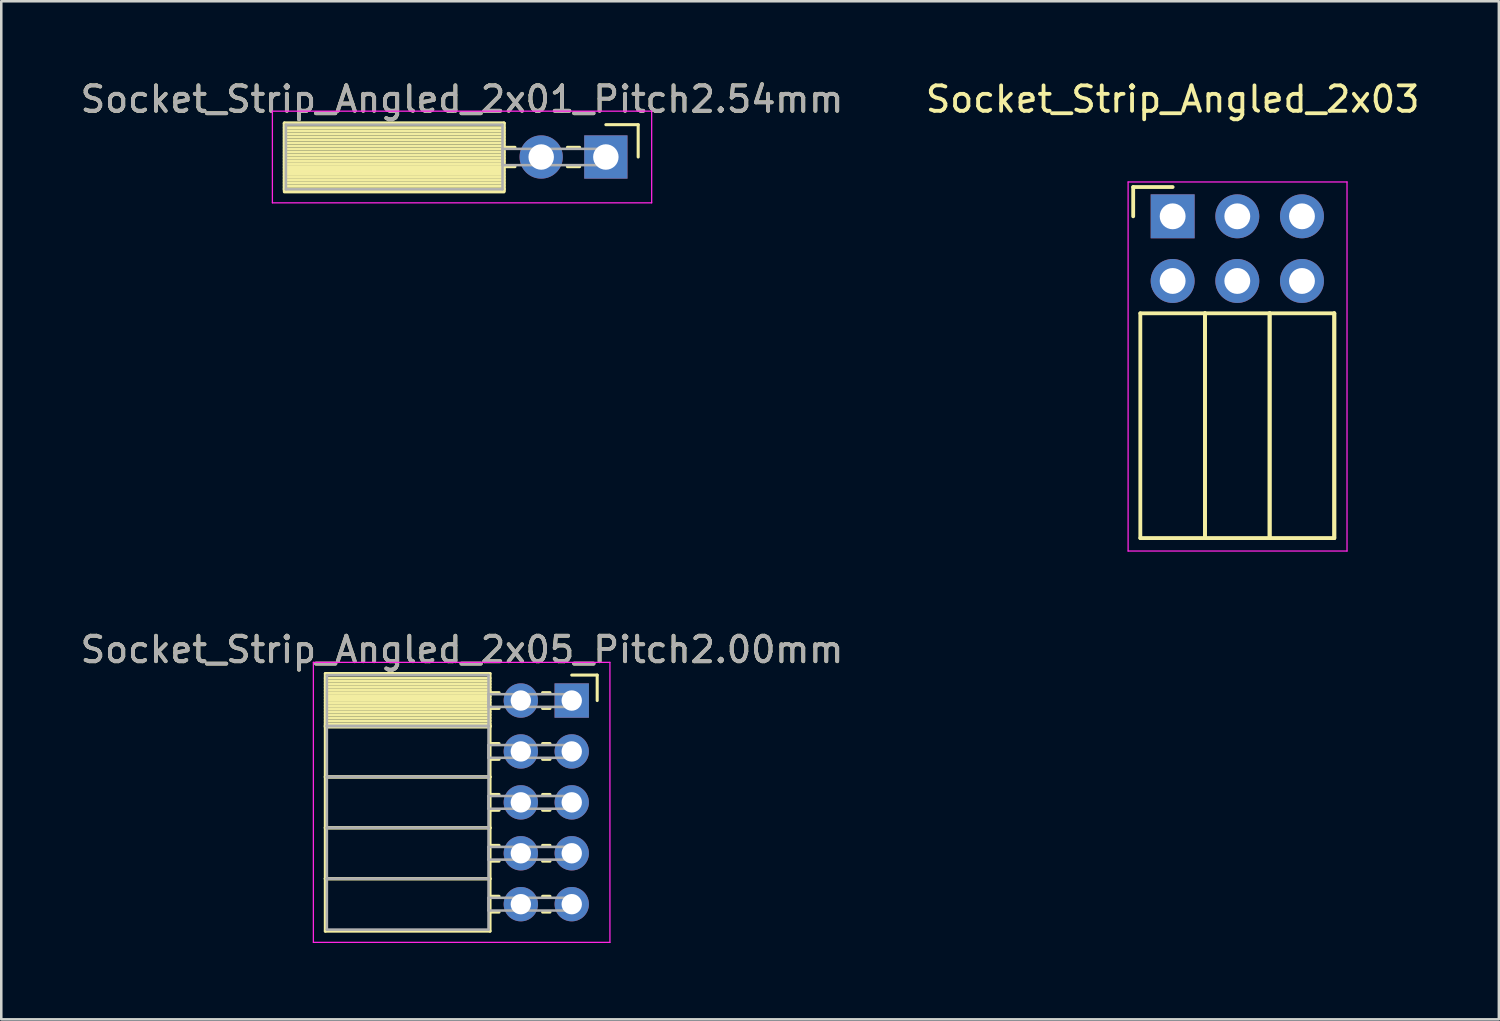
<source format=kicad_pcb>
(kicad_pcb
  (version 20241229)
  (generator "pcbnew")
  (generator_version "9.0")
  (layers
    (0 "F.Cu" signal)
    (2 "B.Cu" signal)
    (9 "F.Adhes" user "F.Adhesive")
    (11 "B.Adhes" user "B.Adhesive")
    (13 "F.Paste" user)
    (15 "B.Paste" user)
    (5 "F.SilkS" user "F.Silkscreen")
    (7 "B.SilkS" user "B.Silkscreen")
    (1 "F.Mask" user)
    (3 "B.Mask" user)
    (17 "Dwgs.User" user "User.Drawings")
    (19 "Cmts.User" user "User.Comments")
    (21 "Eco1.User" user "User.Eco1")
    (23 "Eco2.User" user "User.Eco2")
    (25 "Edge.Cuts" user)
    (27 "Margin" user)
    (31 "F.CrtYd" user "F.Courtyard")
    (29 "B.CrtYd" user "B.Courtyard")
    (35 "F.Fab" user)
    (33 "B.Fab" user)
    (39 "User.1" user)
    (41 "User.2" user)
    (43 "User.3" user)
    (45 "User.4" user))
  (footprint "Socket_Strip_Angled_2x01_Pitch2.54mm"
    (layer "F.Cu")
    (at 20.751 3.118)
    (property "Reference" "Socket_Strip_Angled_2x01_Pitch2.54mm" (at -5.65 -2.27 0) (layer "F.SilkS") (effects (font (size 1 1) (thickness 0.15))))
    (attr through_hole)
    (fp_line (start -12.63 -1.33) (end -4 -1.33) (stroke (width 0.12) (type solid)) (layer "F.SilkS"))
    (fp_line (start -12.63 -1.33) (end -4 -1.33) (stroke (width 0.12) (type solid)) (layer "F.SilkS"))
    (fp_line (start -12.63 1.27) (end -12.63 -1.33) (stroke (width 0.12) (type solid)) (layer "F.SilkS"))
    (fp_line (start -12.63 1.33) (end -12.63 -1.33) (stroke (width 0.12) (type solid)) (layer "F.SilkS"))
    (fp_line (start -4 -1.33) (end -4 1.27) (stroke (width 0.12) (type solid)) (layer "F.SilkS"))
    (fp_line (start -4 -1.33) (end -4 1.33) (stroke (width 0.12) (type solid)) (layer "F.SilkS"))
    (fp_line (start -4 -1.15) (end -12.63 -1.15) (stroke (width 0.12) (type solid)) (layer "F.SilkS"))
    (fp_line (start -4 -1.03) (end -12.63 -1.03) (stroke (width 0.12) (type solid)) (layer "F.SilkS"))
    (fp_line (start -4 -0.91) (end -12.63 -0.91) (stroke (width 0.12) (type solid)) (layer "F.SilkS"))
    (fp_line (start -4 -0.79) (end -12.63 -0.79) (stroke (width 0.12) (type solid)) (layer "F.SilkS"))
    (fp_line (start -4 -0.67) (end -12.63 -0.67) (stroke (width 0.12) (type solid)) (layer "F.SilkS"))
    (fp_line (start -4 -0.55) (end -12.63 -0.55) (stroke (width 0.12) (type solid)) (layer "F.SilkS"))
    (fp_line (start -4 -0.43) (end -12.63 -0.43) (stroke (width 0.12) (type solid)) (layer "F.SilkS"))
    (fp_line (start -4 -0.31) (end -12.63 -0.31) (stroke (width 0.12) (type solid)) (layer "F.SilkS"))
    (fp_line (start -4 -0.19) (end -12.63 -0.19) (stroke (width 0.12) (type solid)) (layer "F.SilkS"))
    (fp_line (start -4 -0.07) (end -12.63 -0.07) (stroke (width 0.12) (type solid)) (layer "F.SilkS"))
    (fp_line (start -4 0.05) (end -12.63 0.05) (stroke (width 0.12) (type solid)) (layer "F.SilkS"))
    (fp_line (start -4 0.17) (end -12.63 0.17) (stroke (width 0.12) (type solid)) (layer "F.SilkS"))
    (fp_line (start -4 0.29) (end -12.63 0.29) (stroke (width 0.12) (type solid)) (layer "F.SilkS"))
    (fp_line (start -4 0.41) (end -12.63 0.41) (stroke (width 0.12) (type solid)) (layer "F.SilkS"))
    (fp_line (start -4 0.53) (end -12.63 0.53) (stroke (width 0.12) (type solid)) (layer "F.SilkS"))
    (fp_line (start -4 0.65) (end -12.63 0.65) (stroke (width 0.12) (type solid)) (layer "F.SilkS"))
    (fp_line (start -4 0.77) (end -12.63 0.77) (stroke (width 0.12) (type solid)) (layer "F.SilkS"))
    (fp_line (start -4 0.89) (end -12.63 0.89) (stroke (width 0.12) (type solid)) (layer "F.SilkS"))
    (fp_line (start -4 1.01) (end -12.63 1.01) (stroke (width 0.12) (type solid)) (layer "F.SilkS"))
    (fp_line (start -4 1.13) (end -12.63 1.13) (stroke (width 0.12) (type solid)) (layer "F.SilkS"))
    (fp_line (start -4 1.25) (end -12.63 1.25) (stroke (width 0.12) (type solid)) (layer "F.SilkS"))
    (fp_line (start -4 1.27) (end -12.63 1.27) (stroke (width 0.12) (type solid)) (layer "F.SilkS"))
    (fp_line (start -4 1.33) (end -12.63 1.33) (stroke (width 0.12) (type solid)) (layer "F.SilkS"))
    (fp_line (start -4 1.37) (end -12.63 1.37) (stroke (width 0.12) (type solid)) (layer "F.SilkS"))
    (fp_line (start -3.57 -0.38) (end -4 -0.38) (stroke (width 0.12) (type solid)) (layer "F.SilkS"))
    (fp_line (start -3.57 0.38) (end -4 0.38) (stroke (width 0.12) (type solid)) (layer "F.SilkS"))
    (fp_line (start -1.03 -0.38) (end -1.51 -0.38) (stroke (width 0.12) (type solid)) (layer "F.SilkS"))
    (fp_line (start -1.03 0.38) (end -1.51 0.38) (stroke (width 0.12) (type solid)) (layer "F.SilkS"))
    (fp_line (start 0 -1.27) (end 1.27 -1.27) (stroke (width 0.12) (type solid)) (layer "F.SilkS"))
    (fp_line (start 1.27 -1.27) (end 1.27 0) (stroke (width 0.12) (type solid)) (layer "F.SilkS"))
    (fp_line (start -13.1 -1.8) (end 1.8 -1.8) (stroke (width 0.05) (type solid)) (layer "F.CrtYd"))
    (fp_line (start -13.1 1.8) (end -13.1 -1.8) (stroke (width 0.05) (type solid)) (layer "F.CrtYd"))
    (fp_line (start 1.8 -1.8) (end 1.8 1.8) (stroke (width 0.05) (type solid)) (layer "F.CrtYd"))
    (fp_line (start 1.8 1.8) (end -13.1 1.8) (stroke (width 0.05) (type solid)) (layer "F.CrtYd"))
    (fp_line (start -12.57 -1.27) (end -4.06 -1.27) (stroke (width 0.1) (type solid)) (layer "F.Fab"))
    (fp_line (start -12.57 1.27) (end -12.57 -1.27) (stroke (width 0.1) (type solid)) (layer "F.Fab"))
    (fp_line (start -4.06 -1.27) (end -4.06 1.27) (stroke (width 0.1) (type solid)) (layer "F.Fab"))
    (fp_line (start -4.06 -0.32) (end 0 -0.32) (stroke (width 0.1) (type solid)) (layer "F.Fab"))
    (fp_line (start -4.06 0.32) (end -4.06 -0.32) (stroke (width 0.1) (type solid)) (layer "F.Fab"))
    (fp_line (start -4.06 1.27) (end -12.57 1.27) (stroke (width 0.1) (type solid)) (layer "F.Fab"))
    (fp_line (start 0 -0.32) (end 0 0.32) (stroke (width 0.1) (type solid)) (layer "F.Fab"))
    (fp_line (start 0 0.32) (end -4.06 0.32) (stroke (width 0.1) (type solid)) (layer "F.Fab"))
    (fp_text user "${REFERENCE}" (at -5.65 -2.27 0) (layer "F.Fab") (effects (font (size 1 1) (thickness 0.15))))
    (pad "1" thru_hole rect (at 0 0) (size 1.7 1.7) (drill 1) (layers "*.Cu" "*.Mask"))
    (pad "2" thru_hole oval (at -2.54 0) (size 1.7 1.7) (drill 1) (layers "*.Cu" "*.Mask")))
  (footprint "Socket_Strip_Angled_2x03"
    (layer "F.Cu")
    (at 43.018 5.448)
    (property "Reference" "Socket_Strip_Angled_2x03" (at 0 -4.6 0) (layer "F.SilkS") (effects (font (size 1 1) (thickness 0.15))))
    (attr through_hole)
    (fp_line (start -1.55 -1.15) (end -1.55 0) (stroke (width 0.15) (type solid)) (layer "F.SilkS"))
    (fp_line (start -1.27 3.81) (end -1.27 12.64) (stroke (width 0.15) (type solid)) (layer "F.SilkS"))
    (fp_line (start -1.27 3.81) (end 1.27 3.81) (stroke (width 0.15) (type solid)) (layer "F.SilkS"))
    (fp_line (start -1.27 12.64) (end 1.27 12.64) (stroke (width 0.15) (type solid)) (layer "F.SilkS"))
    (fp_line (start 0 -1.15) (end -1.55 -1.15) (stroke (width 0.15) (type solid)) (layer "F.SilkS"))
    (fp_line (start 1.27 3.81) (end 1.27 12.64) (stroke (width 0.15) (type solid)) (layer "F.SilkS"))
    (fp_line (start 1.27 3.81) (end 3.81 3.81) (stroke (width 0.15) (type solid)) (layer "F.SilkS"))
    (fp_line (start 1.27 12.64) (end 1.27 3.81) (stroke (width 0.15) (type solid)) (layer "F.SilkS"))
    (fp_line (start 1.27 12.64) (end 3.81 12.64) (stroke (width 0.15) (type solid)) (layer "F.SilkS"))
    (fp_line (start 3.81 3.81) (end 3.81 12.64) (stroke (width 0.15) (type solid)) (layer "F.SilkS"))
    (fp_line (start 3.81 3.81) (end 6.35 3.81) (stroke (width 0.15) (type solid)) (layer "F.SilkS"))
    (fp_line (start 3.81 12.64) (end 3.81 3.81) (stroke (width 0.15) (type solid)) (layer "F.SilkS"))
    (fp_line (start 3.81 12.64) (end 6.35 12.64) (stroke (width 0.15) (type solid)) (layer "F.SilkS"))
    (fp_line (start 6.35 3.81) (end 6.35 12.64) (stroke (width 0.15) (type solid)) (layer "F.SilkS"))
    (fp_line (start 6.35 12.64) (end 6.35 3.81) (stroke (width 0.15) (type solid)) (layer "F.SilkS"))
    (fp_line (start -1.75 -1.35) (end -1.75 13.15) (stroke (width 0.05) (type solid)) (layer "F.CrtYd"))
    (fp_line (start -1.75 -1.35) (end 6.85 -1.35) (stroke (width 0.05) (type solid)) (layer "F.CrtYd"))
    (fp_line (start -1.75 13.15) (end 6.85 13.15) (stroke (width 0.05) (type solid)) (layer "F.CrtYd"))
    (fp_line (start 6.85 -1.35) (end 6.85 13.15) (stroke (width 0.05) (type solid)) (layer "F.CrtYd"))
    (pad "1" thru_hole rect (at 0 0) (size 1.727 1.727) (drill 1.016) (layers "*.Cu" "*.Mask"))
    (pad "2" thru_hole oval (at 0 2.54) (size 1.727 1.727) (drill 1.016) (layers "*.Cu" "*.Mask"))
    (pad "3" thru_hole oval (at 2.54 0) (size 1.727 1.727) (drill 1.016) (layers "*.Cu" "*.Mask"))
    (pad "4" thru_hole oval (at 2.54 2.54) (size 1.727 1.727) (drill 1.016) (layers "*.Cu" "*.Mask"))
    (pad "5" thru_hole oval (at 5.08 0) (size 1.727 1.727) (drill 1.016) (layers "*.Cu" "*.Mask"))
    (pad "6" thru_hole oval (at 5.08 2.54) (size 1.727 1.727) (drill 1.016) (layers "*.Cu" "*.Mask")))
  (footprint "Socket_Strip_Angled_2x05_Pitch2.00mm"
    (layer "F.Cu")
    (at 19.411 24.471)
    (property "Reference" "Socket_Strip_Angled_2x05_Pitch2.00mm" (at -4.31 -2 0) (layer "F.SilkS") (effects (font (size 1 1) (thickness 0.15))))
    (attr through_hole)
    (fp_line (start -9.68 -1.06) (end -3.21 -1.06) (stroke (width 0.12) (type solid)) (layer "F.SilkS"))
    (fp_line (start -9.68 1) (end -9.68 -1.06) (stroke (width 0.12) (type solid)) (layer "F.SilkS"))
    (fp_line (start -9.68 1) (end -3.21 1) (stroke (width 0.12) (type solid)) (layer "F.SilkS"))
    (fp_line (start -9.68 3) (end -9.68 1) (stroke (width 0.12) (type solid)) (layer "F.SilkS"))
    (fp_line (start -9.68 3) (end -3.21 3) (stroke (width 0.12) (type solid)) (layer "F.SilkS"))
    (fp_line (start -9.68 5) (end -9.68 3) (stroke (width 0.12) (type solid)) (layer "F.SilkS"))
    (fp_line (start -9.68 5) (end -3.21 5) (stroke (width 0.12) (type solid)) (layer "F.SilkS"))
    (fp_line (start -9.68 7) (end -9.68 5) (stroke (width 0.12) (type solid)) (layer "F.SilkS"))
    (fp_line (start -9.68 7) (end -3.21 7) (stroke (width 0.12) (type solid)) (layer "F.SilkS"))
    (fp_line (start -9.68 9.06) (end -9.68 7) (stroke (width 0.12) (type solid)) (layer "F.SilkS"))
    (fp_line (start -3.21 -1.06) (end -3.21 1) (stroke (width 0.12) (type solid)) (layer "F.SilkS"))
    (fp_line (start -3.21 -0.88) (end -9.68 -0.88) (stroke (width 0.12) (type solid)) (layer "F.SilkS"))
    (fp_line (start -3.21 -0.76) (end -9.68 -0.76) (stroke (width 0.12) (type solid)) (layer "F.SilkS"))
    (fp_line (start -3.21 -0.64) (end -9.68 -0.64) (stroke (width 0.12) (type solid)) (layer "F.SilkS"))
    (fp_line (start -3.21 -0.52) (end -9.68 -0.52) (stroke (width 0.12) (type solid)) (layer "F.SilkS"))
    (fp_line (start -3.21 -0.4) (end -9.68 -0.4) (stroke (width 0.12) (type solid)) (layer "F.SilkS"))
    (fp_line (start -3.21 -0.28) (end -9.68 -0.28) (stroke (width 0.12) (type solid)) (layer "F.SilkS"))
    (fp_line (start -3.21 -0.16) (end -9.68 -0.16) (stroke (width 0.12) (type solid)) (layer "F.SilkS"))
    (fp_line (start -3.21 -0.04) (end -9.68 -0.04) (stroke (width 0.12) (type solid)) (layer "F.SilkS"))
    (fp_line (start -3.21 0.08) (end -9.68 0.08) (stroke (width 0.12) (type solid)) (layer "F.SilkS"))
    (fp_line (start -3.21 0.2) (end -9.68 0.2) (stroke (width 0.12) (type solid)) (layer "F.SilkS"))
    (fp_line (start -3.21 0.32) (end -9.68 0.32) (stroke (width 0.12) (type solid)) (layer "F.SilkS"))
    (fp_line (start -3.21 0.44) (end -9.68 0.44) (stroke (width 0.12) (type solid)) (layer "F.SilkS"))
    (fp_line (start -3.21 0.56) (end -9.68 0.56) (stroke (width 0.12) (type solid)) (layer "F.SilkS"))
    (fp_line (start -3.21 0.68) (end -9.68 0.68) (stroke (width 0.12) (type solid)) (layer "F.SilkS"))
    (fp_line (start -3.21 0.8) (end -9.68 0.8) (stroke (width 0.12) (type solid)) (layer "F.SilkS"))
    (fp_line (start -3.21 0.92) (end -9.68 0.92) (stroke (width 0.12) (type solid)) (layer "F.SilkS"))
    (fp_line (start -3.21 1) (end -9.68 1) (stroke (width 0.12) (type solid)) (layer "F.SilkS"))
    (fp_line (start -3.21 1) (end -3.21 3) (stroke (width 0.12) (type solid)) (layer "F.SilkS"))
    (fp_line (start -3.21 1.04) (end -9.68 1.04) (stroke (width 0.12) (type solid)) (layer "F.SilkS"))
    (fp_line (start -3.21 3) (end -9.68 3) (stroke (width 0.12) (type solid)) (layer "F.SilkS"))
    (fp_line (start -3.21 3) (end -3.21 5) (stroke (width 0.12) (type solid)) (layer "F.SilkS"))
    (fp_line (start -3.21 5) (end -9.68 5) (stroke (width 0.12) (type solid)) (layer "F.SilkS"))
    (fp_line (start -3.21 5) (end -3.21 7) (stroke (width 0.12) (type solid)) (layer "F.SilkS"))
    (fp_line (start -3.21 7) (end -9.68 7) (stroke (width 0.12) (type solid)) (layer "F.SilkS"))
    (fp_line (start -3.21 7) (end -3.21 9.06) (stroke (width 0.12) (type solid)) (layer "F.SilkS"))
    (fp_line (start -3.21 9.06) (end -9.68 9.06) (stroke (width 0.12) (type solid)) (layer "F.SilkS"))
    (fp_line (start -2.855 -0.31) (end -3.21 -0.31) (stroke (width 0.12) (type solid)) (layer "F.SilkS"))
    (fp_line (start -2.855 0.31) (end -3.21 0.31) (stroke (width 0.12) (type solid)) (layer "F.SilkS"))
    (fp_line (start -2.855 1.69) (end -3.21 1.69) (stroke (width 0.12) (type solid)) (layer "F.SilkS"))
    (fp_line (start -2.855 2.31) (end -3.21 2.31) (stroke (width 0.12) (type solid)) (layer "F.SilkS"))
    (fp_line (start -2.855 3.69) (end -3.21 3.69) (stroke (width 0.12) (type solid)) (layer "F.SilkS"))
    (fp_line (start -2.855 4.31) (end -3.21 4.31) (stroke (width 0.12) (type solid)) (layer "F.SilkS"))
    (fp_line (start -2.855 5.69) (end -3.21 5.69) (stroke (width 0.12) (type solid)) (layer "F.SilkS"))
    (fp_line (start -2.855 6.31) (end -3.21 6.31) (stroke (width 0.12) (type solid)) (layer "F.SilkS"))
    (fp_line (start -2.855 7.69) (end -3.21 7.69) (stroke (width 0.12) (type solid)) (layer "F.SilkS"))
    (fp_line (start -2.855 8.31) (end -3.21 8.31) (stroke (width 0.12) (type solid)) (layer "F.SilkS"))
    (fp_line (start -0.855 -0.31) (end -1.145 -0.31) (stroke (width 0.12) (type solid)) (layer "F.SilkS"))
    (fp_line (start -0.855 0.31) (end -1.145 0.31) (stroke (width 0.12) (type solid)) (layer "F.SilkS"))
    (fp_line (start -0.855 1.69) (end -1.145 1.69) (stroke (width 0.12) (type solid)) (layer "F.SilkS"))
    (fp_line (start -0.855 2.31) (end -1.145 2.31) (stroke (width 0.12) (type solid)) (layer "F.SilkS"))
    (fp_line (start -0.855 3.69) (end -1.145 3.69) (stroke (width 0.12) (type solid)) (layer "F.SilkS"))
    (fp_line (start -0.855 4.31) (end -1.145 4.31) (stroke (width 0.12) (type solid)) (layer "F.SilkS"))
    (fp_line (start -0.855 5.69) (end -1.145 5.69) (stroke (width 0.12) (type solid)) (layer "F.SilkS"))
    (fp_line (start -0.855 6.31) (end -1.145 6.31) (stroke (width 0.12) (type solid)) (layer "F.SilkS"))
    (fp_line (start -0.855 7.69) (end -1.145 7.69) (stroke (width 0.12) (type solid)) (layer "F.SilkS"))
    (fp_line (start -0.855 8.31) (end -1.145 8.31) (stroke (width 0.12) (type solid)) (layer "F.SilkS"))
    (fp_line (start 0 -1) (end 1 -1) (stroke (width 0.12) (type solid)) (layer "F.SilkS"))
    (fp_line (start 1 -1) (end 1 0) (stroke (width 0.12) (type solid)) (layer "F.SilkS"))
    (fp_line (start -10.15 -1.5) (end 1.5 -1.5) (stroke (width 0.05) (type solid)) (layer "F.CrtYd"))
    (fp_line (start -10.15 9.5) (end -10.15 -1.5) (stroke (width 0.05) (type solid)) (layer "F.CrtYd"))
    (fp_line (start 1.5 -1.5) (end 1.5 9.5) (stroke (width 0.05) (type solid)) (layer "F.CrtYd"))
    (fp_line (start 1.5 9.5) (end -10.15 9.5) (stroke (width 0.05) (type solid)) (layer "F.CrtYd"))
    (fp_line (start -9.62 -1) (end -3.27 -1) (stroke (width 0.1) (type solid)) (layer "F.Fab"))
    (fp_line (start -9.62 1) (end -9.62 -1) (stroke (width 0.1) (type solid)) (layer "F.Fab"))
    (fp_line (start -9.62 1) (end -3.27 1) (stroke (width 0.1) (type solid)) (layer "F.Fab"))
    (fp_line (start -9.62 3) (end -9.62 1) (stroke (width 0.1) (type solid)) (layer "F.Fab"))
    (fp_line (start -9.62 3) (end -3.27 3) (stroke (width 0.1) (type solid)) (layer "F.Fab"))
    (fp_line (start -9.62 5) (end -9.62 3) (stroke (width 0.1) (type solid)) (layer "F.Fab"))
    (fp_line (start -9.62 5) (end -3.27 5) (stroke (width 0.1) (type solid)) (layer "F.Fab"))
    (fp_line (start -9.62 7) (end -9.62 5) (stroke (width 0.1) (type solid)) (layer "F.Fab"))
    (fp_line (start -9.62 7) (end -3.27 7) (stroke (width 0.1) (type solid)) (layer "F.Fab"))
    (fp_line (start -9.62 9) (end -9.62 7) (stroke (width 0.1) (type solid)) (layer "F.Fab"))
    (fp_line (start -3.27 -1) (end -3.27 1) (stroke (width 0.1) (type solid)) (layer "F.Fab"))
    (fp_line (start -3.27 -0.25) (end 0 -0.25) (stroke (width 0.1) (type solid)) (layer "F.Fab"))
    (fp_line (start -3.27 0.25) (end -3.27 -0.25) (stroke (width 0.1) (type solid)) (layer "F.Fab"))
    (fp_line (start -3.27 1) (end -9.62 1) (stroke (width 0.1) (type solid)) (layer "F.Fab"))
    (fp_line (start -3.27 1) (end -3.27 3) (stroke (width 0.1) (type solid)) (layer "F.Fab"))
    (fp_line (start -3.27 1.75) (end 0 1.75) (stroke (width 0.1) (type solid)) (layer "F.Fab"))
    (fp_line (start -3.27 2.25) (end -3.27 1.75) (stroke (width 0.1) (type solid)) (layer "F.Fab"))
    (fp_line (start -3.27 3) (end -9.62 3) (stroke (width 0.1) (type solid)) (layer "F.Fab"))
    (fp_line (start -3.27 3) (end -3.27 5) (stroke (width 0.1) (type solid)) (layer "F.Fab"))
    (fp_line (start -3.27 3.75) (end 0 3.75) (stroke (width 0.1) (type solid)) (layer "F.Fab"))
    (fp_line (start -3.27 4.25) (end -3.27 3.75) (stroke (width 0.1) (type solid)) (layer "F.Fab"))
    (fp_line (start -3.27 5) (end -9.62 5) (stroke (width 0.1) (type solid)) (layer "F.Fab"))
    (fp_line (start -3.27 5) (end -3.27 7) (stroke (width 0.1) (type solid)) (layer "F.Fab"))
    (fp_line (start -3.27 5.75) (end 0 5.75) (stroke (width 0.1) (type solid)) (layer "F.Fab"))
    (fp_line (start -3.27 6.25) (end -3.27 5.75) (stroke (width 0.1) (type solid)) (layer "F.Fab"))
    (fp_line (start -3.27 7) (end -9.62 7) (stroke (width 0.1) (type solid)) (layer "F.Fab"))
    (fp_line (start -3.27 7) (end -3.27 9) (stroke (width 0.1) (type solid)) (layer "F.Fab"))
    (fp_line (start -3.27 7.75) (end 0 7.75) (stroke (width 0.1) (type solid)) (layer "F.Fab"))
    (fp_line (start -3.27 8.25) (end -3.27 7.75) (stroke (width 0.1) (type solid)) (layer "F.Fab"))
    (fp_line (start -3.27 9) (end -9.62 9) (stroke (width 0.1) (type solid)) (layer "F.Fab"))
    (fp_line (start 0 -0.25) (end 0 0.25) (stroke (width 0.1) (type solid)) (layer "F.Fab"))
    (fp_line (start 0 0.25) (end -3.27 0.25) (stroke (width 0.1) (type solid)) (layer "F.Fab"))
    (fp_line (start 0 1.75) (end 0 2.25) (stroke (width 0.1) (type solid)) (layer "F.Fab"))
    (fp_line (start 0 2.25) (end -3.27 2.25) (stroke (width 0.1) (type solid)) (layer "F.Fab"))
    (fp_line (start 0 3.75) (end 0 4.25) (stroke (width 0.1) (type solid)) (layer "F.Fab"))
    (fp_line (start 0 4.25) (end -3.27 4.25) (stroke (width 0.1) (type solid)) (layer "F.Fab"))
    (fp_line (start 0 5.75) (end 0 6.25) (stroke (width 0.1) (type solid)) (layer "F.Fab"))
    (fp_line (start 0 6.25) (end -3.27 6.25) (stroke (width 0.1) (type solid)) (layer "F.Fab"))
    (fp_line (start 0 7.75) (end 0 8.25) (stroke (width 0.1) (type solid)) (layer "F.Fab"))
    (fp_line (start 0 8.25) (end -3.27 8.25) (stroke (width 0.1) (type solid)) (layer "F.Fab"))
    (fp_text user "${REFERENCE}" (at -4.31 -2 0) (layer "F.Fab") (effects (font (size 1 1) (thickness 0.15))))
    (pad "1" thru_hole rect (at 0 0) (size 1.35 1.35) (drill 0.8) (layers "*.Cu" "*.Mask"))
    (pad "2" thru_hole oval (at -2 0) (size 1.35 1.35) (drill 0.8) (layers "*.Cu" "*.Mask"))
    (pad "3" thru_hole oval (at 0 2) (size 1.35 1.35) (drill 0.8) (layers "*.Cu" "*.Mask"))
    (pad "4" thru_hole oval (at -2 2) (size 1.35 1.35) (drill 0.8) (layers "*.Cu" "*.Mask"))
    (pad "5" thru_hole oval (at 0 4) (size 1.35 1.35) (drill 0.8) (layers "*.Cu" "*.Mask"))
    (pad "6" thru_hole oval (at -2 4) (size 1.35 1.35) (drill 0.8) (layers "*.Cu" "*.Mask"))
    (pad "7" thru_hole oval (at 0 6) (size 1.35 1.35) (drill 0.8) (layers "*.Cu" "*.Mask"))
    (pad "8" thru_hole oval (at -2 6) (size 1.35 1.35) (drill 0.8) (layers "*.Cu" "*.Mask"))
    (pad "9" thru_hole oval (at 0 8) (size 1.35 1.35) (drill 0.8) (layers "*.Cu" "*.Mask"))
    (pad "10" thru_hole oval (at -2 8) (size 1.35 1.35) (drill 0.8) (layers "*.Cu" "*.Mask")))
  (gr_rect
    (start -3 -3)
    (end 55.833 36.996)
    (stroke (width 0.1) (type default))
    (fill no)
    (layer "Edge.Cuts")))
</source>
